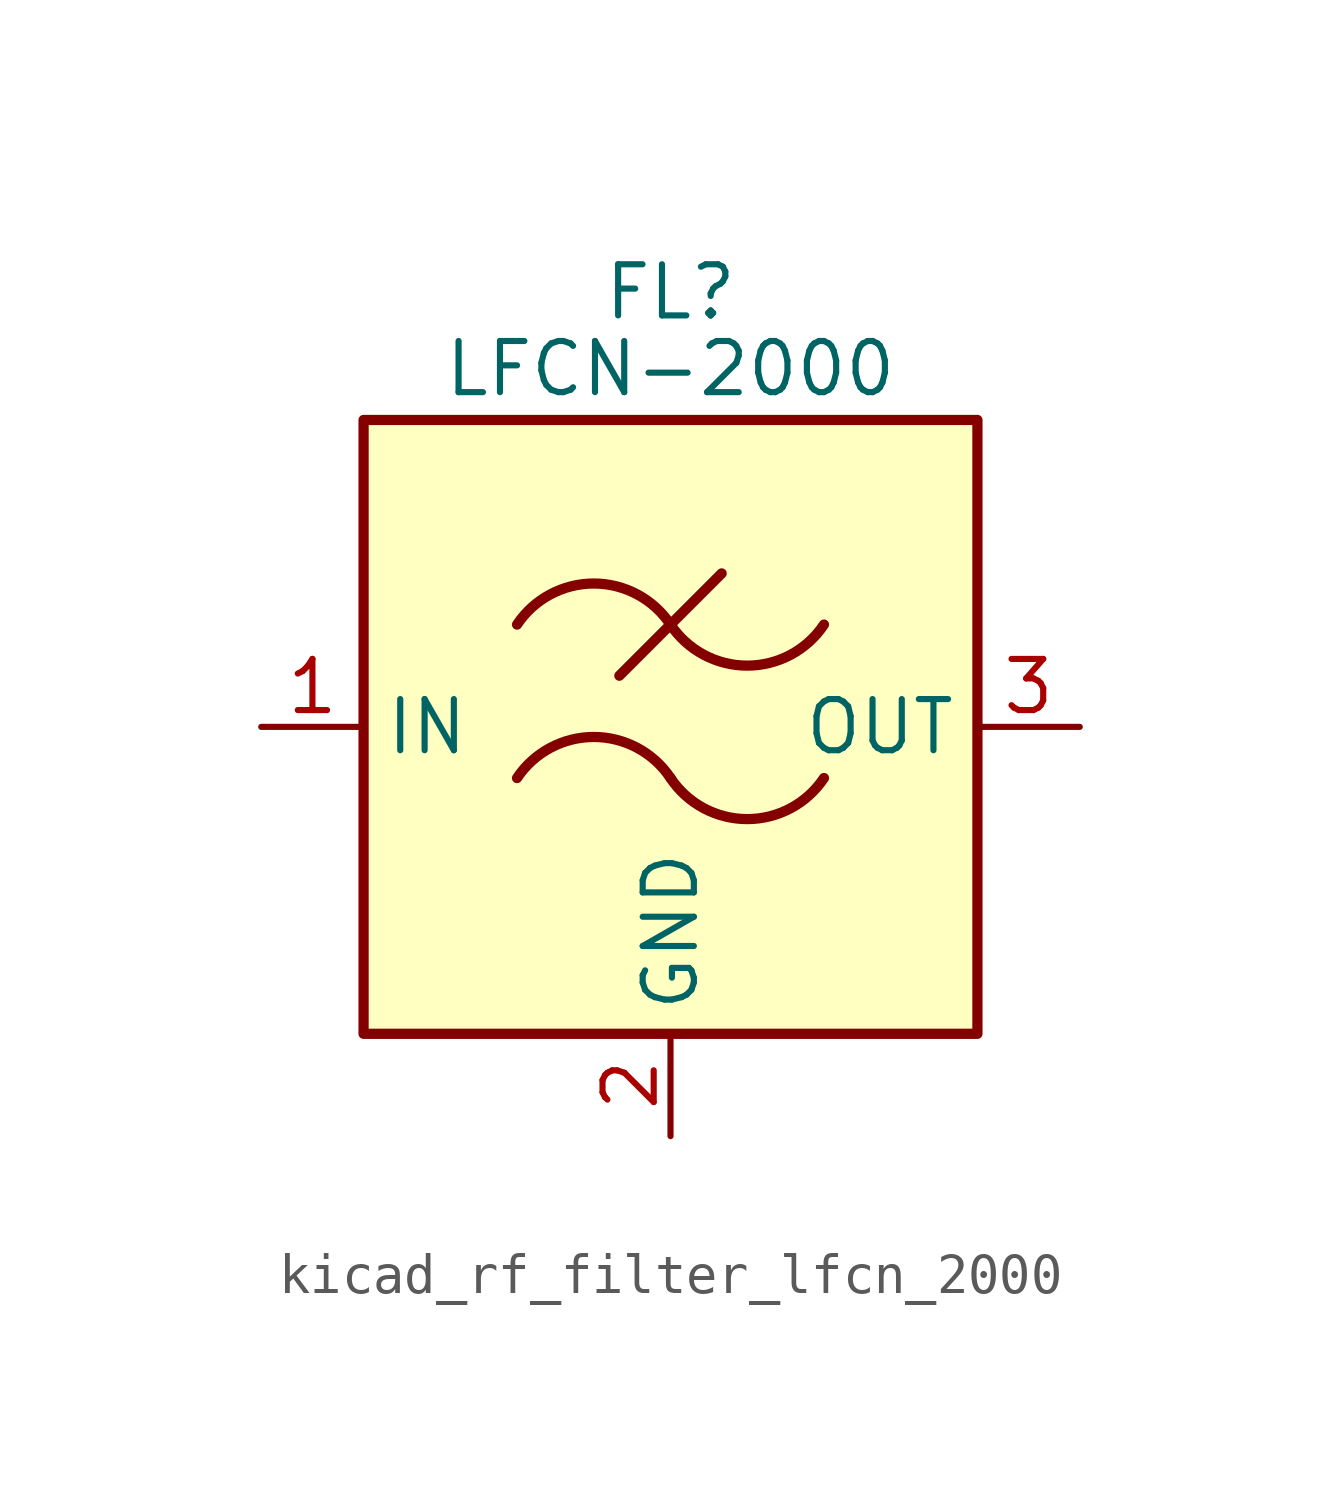
<source format=kicad_sym>
(kicad_symbol_lib
  (version 20220914)
  (generator kicad_symbol_editor)
  (symbol "kicad_rf_filter_lfcn_2000"
    (property "Reference" "FL"
      (at 0 10.795 0)
      (effects (font (size 1.27 1.27))))
    (property "Value" "LFCN-2000"
      (at 0 8.89 0)
      (effects (font (size 1.27 1.27))))
    (symbol "kicad_rf_filter_lfcn_2000_0_1"
      (rectangle (start -7.62 7.62) (end 7.62 -7.62) (stroke (width 0.254) (type default)) (fill (type background)))
      (arc (start 0 -1.27) (mid -1.905 -0.2505) (end -3.81 -1.27) (stroke (width 0.254) (type default)) (fill (type none)))
      (arc (start 0 -1.27) (mid 1.905 -2.2895) (end 3.81 -1.27) (stroke (width 0.254) (type default)) (fill (type none)))
      (polyline (pts (xy -1.27 1.27) (xy 1.27 3.81)) (stroke (width 0.254) (type default)) (fill (type none)))
      (arc (start 0 2.54) (mid -1.905 3.5595) (end -3.81 2.54) (stroke (width 0.254) (type default)) (fill (type none)))
      (arc (start 0 2.54) (mid 1.905 1.5205) (end 3.81 2.54) (stroke (width 0.254) (type default)) (fill (type none))))
    (symbol "kicad_rf_filter_lfcn_2000_1_1"
      (pin passive line (at -10.16 0 0) (length 2.54) (name "IN" (effects (font (size 1.27 1.27)))) (number "1" (effects (font (size 1.27 1.27)))))
      (pin passive line (at 0 -10.16 90) (length 2.54) (name "GND" (effects (font (size 1.27 1.27)))) (number "2" (effects (font (size 1.27 1.27)))))
      (pin passive line (at 10.16 0 180) (length 2.54) (name "OUT" (effects (font (size 1.27 1.27)))) (number "3" (effects (font (size 1.27 1.27)))))
      (pin passive line (at 0 -10.16 90) (length 2.54) hide (name "GND" (effects (font (size 1.27 1.27)))) (number "4" (effects (font (size 1.27 1.27))))))))
</source>
